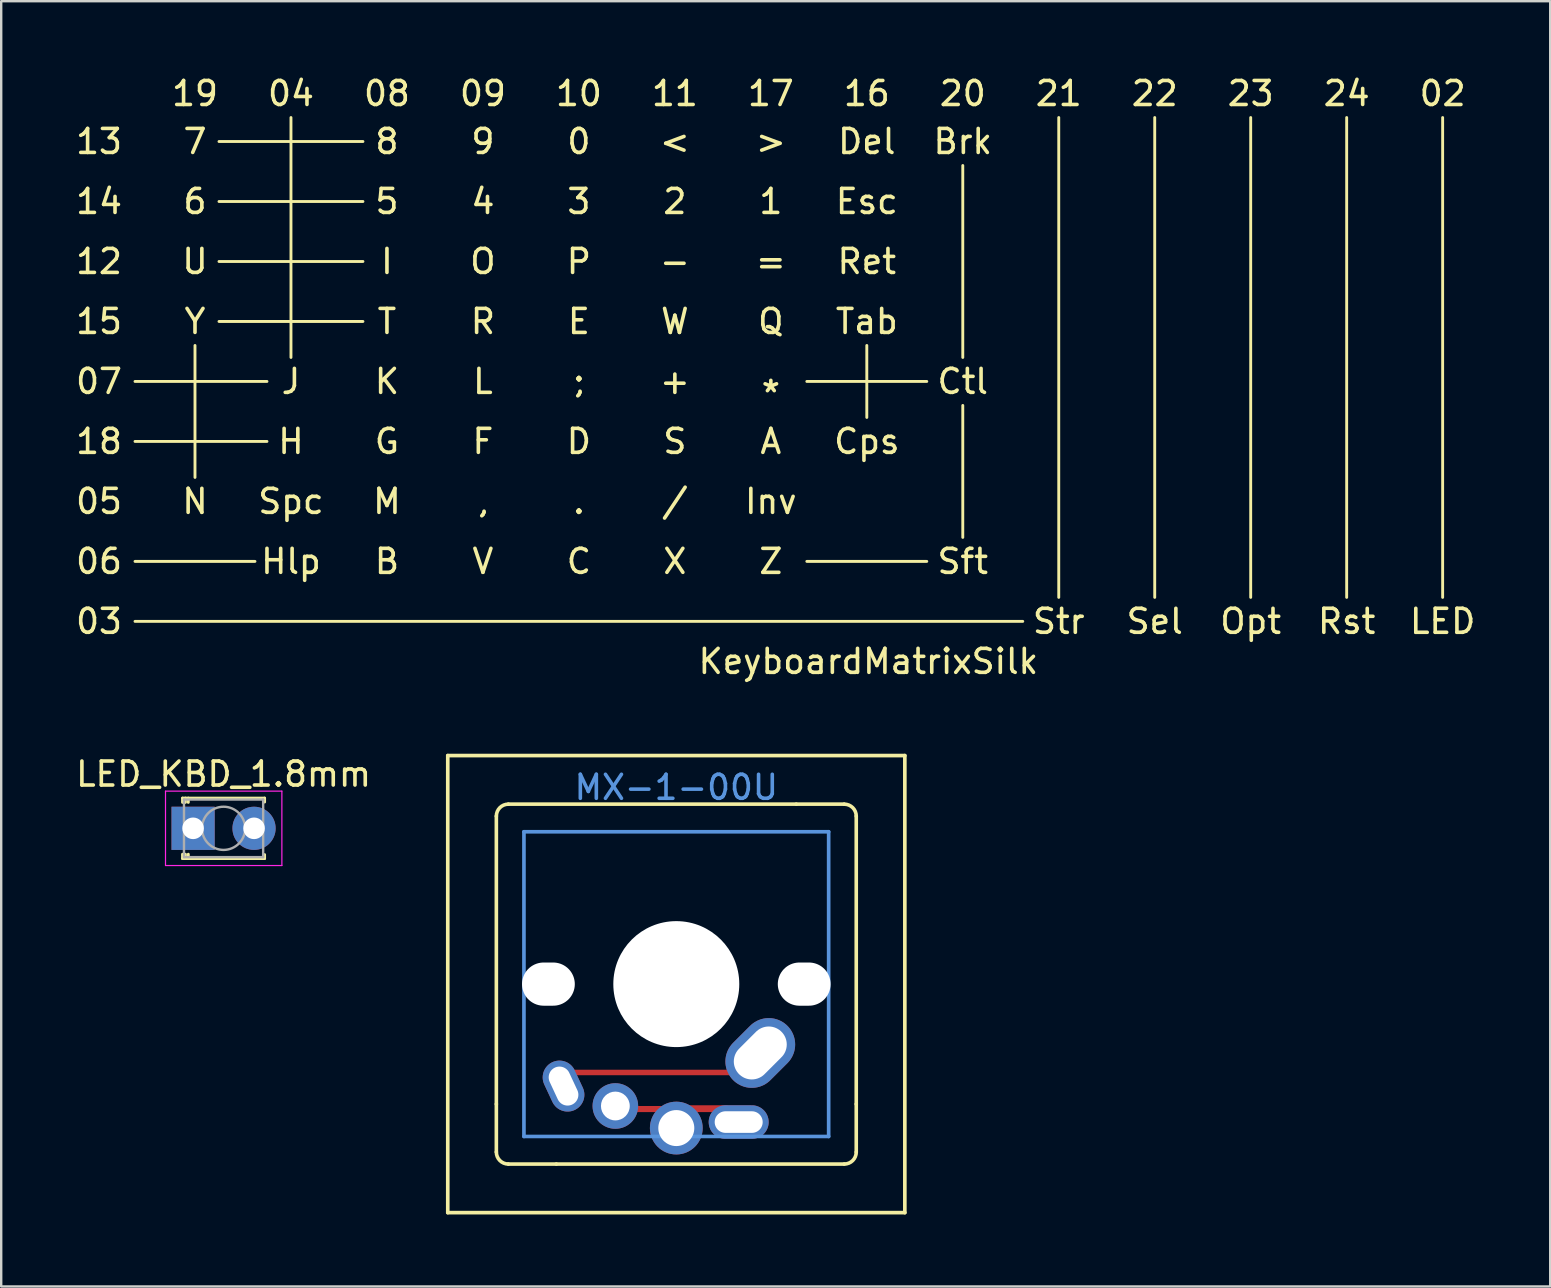
<source format=kicad_pcb>
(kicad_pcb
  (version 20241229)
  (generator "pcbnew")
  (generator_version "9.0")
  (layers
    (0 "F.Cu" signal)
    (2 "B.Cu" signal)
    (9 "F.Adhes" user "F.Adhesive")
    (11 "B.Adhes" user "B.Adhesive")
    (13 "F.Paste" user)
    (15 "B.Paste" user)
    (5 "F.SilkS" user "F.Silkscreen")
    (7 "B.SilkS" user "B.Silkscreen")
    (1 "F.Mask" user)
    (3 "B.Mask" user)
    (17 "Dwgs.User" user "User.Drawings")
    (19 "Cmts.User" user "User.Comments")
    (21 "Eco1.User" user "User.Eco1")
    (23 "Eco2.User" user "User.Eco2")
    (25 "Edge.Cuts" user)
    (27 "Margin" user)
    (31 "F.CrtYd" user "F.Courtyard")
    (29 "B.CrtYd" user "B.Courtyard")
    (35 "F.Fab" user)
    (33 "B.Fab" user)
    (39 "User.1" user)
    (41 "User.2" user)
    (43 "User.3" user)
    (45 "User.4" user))
  (footprint "LED_KBD_1.8mm"
    (layer "F.Cu")
    (at 6.268 31.473)
    (property "Reference" "LED_KBD_1.8mm" (at 0 -2.26 0) (layer "F.SilkS") (effects (font (size 1 1) (thickness 0.15))))
    (attr through_hole)
    (fp_line (start -1.71 -1.26) (end -1.71 -1.08) (stroke (width 0.12) (type solid)) (layer "F.SilkS"))
    (fp_line (start -1.71 -1.26) (end 1.71 -1.26) (stroke (width 0.12) (type solid)) (layer "F.SilkS"))
    (fp_line (start -1.71 1.08) (end -1.71 1.26) (stroke (width 0.12) (type solid)) (layer "F.SilkS"))
    (fp_line (start -1.71 1.26) (end 1.71 1.26) (stroke (width 0.12) (type solid)) (layer "F.SilkS"))
    (fp_line (start -1.59 -1.26) (end -1.59 -1.08) (stroke (width 0.12) (type solid)) (layer "F.SilkS"))
    (fp_line (start -1.59 1.08) (end -1.59 1.26) (stroke (width 0.12) (type solid)) (layer "F.SilkS"))
    (fp_line (start -1.47 -1.26) (end -1.47 -1.08) (stroke (width 0.12) (type solid)) (layer "F.SilkS"))
    (fp_line (start -1.47 1.08) (end -1.47 1.26) (stroke (width 0.12) (type solid)) (layer "F.SilkS"))
    (fp_line (start 1.71 -1.26) (end 1.71 -1.095) (stroke (width 0.12) (type solid)) (layer "F.SilkS"))
    (fp_line (start 1.71 1.095) (end 1.71 1.26) (stroke (width 0.12) (type solid)) (layer "F.SilkS"))
    (fp_line (start -2.42 -1.55) (end -2.42 1.55) (stroke (width 0.05) (type solid)) (layer "F.CrtYd"))
    (fp_line (start -2.42 1.55) (end 2.43 1.55) (stroke (width 0.05) (type solid)) (layer "F.CrtYd"))
    (fp_line (start 2.43 -1.55) (end -2.42 -1.55) (stroke (width 0.05) (type solid)) (layer "F.CrtYd"))
    (fp_line (start 2.43 1.55) (end 2.43 -1.55) (stroke (width 0.05) (type solid)) (layer "F.CrtYd"))
    (fp_line (start -1.65 -1.2) (end -1.65 1.2) (stroke (width 0.1) (type solid)) (layer "F.Fab"))
    (fp_line (start -1.65 1.2) (end 1.65 1.2) (stroke (width 0.1) (type solid)) (layer "F.Fab"))
    (fp_line (start 1.65 -1.2) (end -1.65 -1.2) (stroke (width 0.1) (type solid)) (layer "F.Fab"))
    (fp_line (start 1.65 1.2) (end 1.65 -1.2) (stroke (width 0.1) (type solid)) (layer "F.Fab"))
    (fp_circle (center 0 0) (end 0.9 0) (stroke (width 0.1) (type solid)) (fill no) (layer "F.Fab"))
    (pad "1" thru_hole rect (at -1.27 0) (size 1.8 1.8) (drill 0.9) (layers "*.Cu" "*.Mask"))
    (pad "2" thru_hole circle (at 1.27 0) (size 1.8 1.8) (drill 0.9) (layers "*.Cu" "*.Mask")))
  (footprint "KeyboardMatrixSilk"
    (layer "F.Cu")
    (at 33.077 13.848)
    (property "Reference" "KeyboardMatrixSilk" (at 0.064 10.668 0) (layer "F.SilkS") (effects (font (size 1 1) (thickness 0.15))))
    (attr through_hole)
    (fp_line (start -30.5 -1) (end -25 -1) (stroke (width 0.12) (type solid)) (layer "F.SilkS"))
    (fp_line (start -30.5 1.5) (end -25 1.5) (stroke (width 0.12) (type solid)) (layer "F.SilkS"))
    (fp_line (start -30.5 6.5) (end -25.5 6.5) (stroke (width 0.12) (type solid)) (layer "F.SilkS"))
    (fp_line (start -30.5 9) (end 6.5 9) (stroke (width 0.12) (type solid)) (layer "F.SilkS"))
    (fp_line (start -28 -2.5) (end -28 3) (stroke (width 0.12) (type solid)) (layer "F.SilkS"))
    (fp_line (start -27 -11) (end -21 -11) (stroke (width 0.12) (type solid)) (layer "F.SilkS"))
    (fp_line (start -27 -8.5) (end -21 -8.5) (stroke (width 0.12) (type solid)) (layer "F.SilkS"))
    (fp_line (start -27 -6) (end -21 -6) (stroke (width 0.12) (type solid)) (layer "F.SilkS"))
    (fp_line (start -27 -3.5) (end -21 -3.5) (stroke (width 0.12) (type solid)) (layer "F.SilkS"))
    (fp_line (start -24 -12) (end -24 -2) (stroke (width 0.12) (type solid)) (layer "F.SilkS"))
    (fp_line (start -2.5 -1) (end 2.5 -1) (stroke (width 0.12) (type solid)) (layer "F.SilkS"))
    (fp_line (start -2.5 6.5) (end 2.5 6.5) (stroke (width 0.12) (type solid)) (layer "F.SilkS"))
    (fp_line (start 0 -2.5) (end 0 0.5) (stroke (width 0.12) (type solid)) (layer "F.SilkS"))
    (fp_line (start 4 -10) (end 4 -2) (stroke (width 0.12) (type solid)) (layer "F.SilkS"))
    (fp_line (start 4 0) (end 4 5.5) (stroke (width 0.12) (type solid)) (layer "F.SilkS"))
    (fp_line (start 8 -12) (end 8 8) (stroke (width 0.12) (type solid)) (layer "F.SilkS"))
    (fp_line (start 12 -12) (end 12 8) (stroke (width 0.12) (type solid)) (layer "F.SilkS"))
    (fp_line (start 16 -12) (end 16 8) (stroke (width 0.12) (type solid)) (layer "F.SilkS"))
    (fp_line (start 20 -12) (end 20 8) (stroke (width 0.12) (type solid)) (layer "F.SilkS"))
    (fp_line (start 24 -12) (end 24 8) (stroke (width 0.12) (type solid)) (layer "F.SilkS"))
    (fp_text user "R" (at -16 -3.5 0) (layer "F.SilkS") (effects (font (size 1 1) (thickness 0.15))))
    (fp_text user "Q" (at -4 -3.5 0) (layer "F.SilkS") (effects (font (size 1 1) (thickness 0.15))))
    (fp_text user "Spc" (at -24 4 0) (layer "F.SilkS") (effects (font (size 1 1) (thickness 0.15))))
    (fp_text user "Y" (at -28 -3.5 0) (layer "F.SilkS") (effects (font (size 1 1) (thickness 0.15))))
    (fp_text user "19" (at -28 -13 0) (layer "F.SilkS") (effects (font (size 1 1) (thickness 0.15))))
    (fp_text user "P" (at -12 -6 0) (layer "F.SilkS") (effects (font (size 1 1) (thickness 0.15))))
    (fp_text user "Tab" (at 0 -3.5 0) (layer "F.SilkS") (effects (font (size 1 1) (thickness 0.15))))
    (fp_text user "13" (at -32 -11 0) (layer "F.SilkS") (effects (font (size 1 1) (thickness 0.15))))
    (fp_text user ">" (at -4 -11 0) (layer "F.SilkS") (effects (font (size 1 1) (thickness 0.15))))
    (fp_text user "07" (at -32 -1 0) (layer "F.SilkS") (effects (font (size 1 1) (thickness 0.15))))
    (fp_text user "2" (at -8 -8.5 0) (layer "F.SilkS") (effects (font (size 1 1) (thickness 0.15))))
    (fp_text user "G" (at -20 1.5 0) (layer "F.SilkS") (effects (font (size 1 1) (thickness 0.15))))
    (fp_text user "A" (at -4 1.5 0) (layer "F.SilkS") (effects (font (size 1 1) (thickness 0.15))))
    (fp_text user "24" (at 20 -13 0) (layer "F.SilkS") (effects (font (size 1 1) (thickness 0.15))))
    (fp_text user "Sft" (at 4 6.5 0) (layer "F.SilkS") (effects (font (size 1 1) (thickness 0.15))))
    (fp_text user "LED" (at 24 9 0) (layer "F.SilkS") (effects (font (size 1 1) (thickness 0.15))))
    (fp_text user "03" (at -32 9 0) (layer "F.SilkS") (effects (font (size 1 1) (thickness 0.15))))
    (fp_text user "14" (at -32 -8.5 0) (layer "F.SilkS") (effects (font (size 1 1) (thickness 0.15))))
    (fp_text user "3" (at -12 -8.5 0) (layer "F.SilkS") (effects (font (size 1 1) (thickness 0.15))))
    (fp_text user "C" (at -12 6.5 0) (layer "F.SilkS") (effects (font (size 1 1) (thickness 0.15))))
    (fp_text user "T" (at -20 -3.5 0) (layer "F.SilkS") (effects (font (size 1 1) (thickness 0.15))))
    (fp_text user "B" (at -20 6.5 0) (layer "F.SilkS") (effects (font (size 1 1) (thickness 0.15))))
    (fp_text user "08" (at -20 -13 0) (layer "F.SilkS") (effects (font (size 1 1) (thickness 0.15))))
    (fp_text user "I" (at -20 -6 0) (layer "F.SilkS") (effects (font (size 1 1) (thickness 0.15))))
    (fp_text user "6" (at -28 -8.5 0) (layer "F.SilkS") (effects (font (size 1 1) (thickness 0.15))))
    (fp_text user "S" (at -8 1.5 0) (layer "F.SilkS") (effects (font (size 1 1) (thickness 0.15))))
    (fp_text user "W" (at -8 -3.5 0) (layer "F.SilkS") (effects (font (size 1 1) (thickness 0.15))))
    (fp_text user "+" (at -8 -1 0) (layer "F.SilkS") (effects (font (size 1 1) (thickness 0.15))))
    (fp_text user ";" (at -12 -1 0) (layer "F.SilkS") (effects (font (size 1 1) (thickness 0.15))))
    (fp_text user "15" (at -32 -3.5 0) (layer "F.SilkS") (effects (font (size 1 1) (thickness 0.15))))
    (fp_text user "9" (at -16 -11 0) (layer "F.SilkS") (effects (font (size 1 1) (thickness 0.15))))
    (fp_text user "X" (at -8 6.5 0) (layer "F.SilkS") (effects (font (size 1 1) (thickness 0.15))))
    (fp_text user "8" (at -20 -11 0) (layer "F.SilkS") (effects (font (size 1 1) (thickness 0.15))))
    (fp_text user "05" (at -32 4 0) (layer "F.SilkS") (effects (font (size 1 1) (thickness 0.15))))
    (fp_text user "23" (at 16 -13 0) (layer "F.SilkS") (effects (font (size 1 1) (thickness 0.15))))
    (fp_text user "Opt" (at 16 9 0) (layer "F.SilkS") (effects (font (size 1 1) (thickness 0.15))))
    (fp_text user "F" (at -16 1.5 0) (layer "F.SilkS") (effects (font (size 1 1) (thickness 0.15))))
    (fp_text user "Rst" (at 20 9 0) (layer "F.SilkS") (effects (font (size 1 1) (thickness 0.15))))
    (fp_text user "." (at -12 4 0) (layer "F.SilkS") (effects (font (size 1 1) (thickness 0.15))))
    (fp_text user "J" (at -24 -1 0) (layer "F.SilkS") (effects (font (size 1 1) (thickness 0.15))))
    (fp_text user "D" (at -12 1.5 0) (layer "F.SilkS") (effects (font (size 1 1) (thickness 0.15))))
    (fp_text user "U" (at -28 -6 0) (layer "F.SilkS") (effects (font (size 1 1) (thickness 0.15))))
    (fp_text user "<" (at -8 -11 0) (layer "F.SilkS") (effects (font (size 1 1) (thickness 0.15))))
    (fp_text user "0" (at -12 -11 0) (layer "F.SilkS") (effects (font (size 1 1) (thickness 0.15))))
    (fp_text user "06" (at -32 6.5 0) (layer "F.SilkS") (effects (font (size 1 1) (thickness 0.15))))
    (fp_text user "," (at -16 4 0) (layer "F.SilkS") (effects (font (size 1 1) (thickness 0.15))))
    (fp_text user "L" (at -16 -1 0) (layer "F.SilkS") (effects (font (size 1 1) (thickness 0.15))))
    (fp_text user "04" (at -24 -13 0) (layer "F.SilkS") (effects (font (size 1 1) (thickness 0.15))))
    (fp_text user "18" (at -32 1.5 0) (layer "F.SilkS") (effects (font (size 1 1) (thickness 0.15))))
    (fp_text user "N" (at -28 4 0) (layer "F.SilkS") (effects (font (size 1 1) (thickness 0.15))))
    (fp_text user "*" (at -4 -0.5 0) (layer "F.SilkS") (effects (font (size 1 1) (thickness 0.15))))
    (fp_text user "12" (at -32 -6 0) (layer "F.SilkS") (effects (font (size 1 1) (thickness 0.15))))
    (fp_text user "Inv" (at -4 4 0) (layer "F.SilkS") (effects (font (size 1 1) (thickness 0.15))))
    (fp_text user "7" (at -28 -11 0) (layer "F.SilkS") (effects (font (size 1 1) (thickness 0.15))))
    (fp_text user "E" (at -12 -3.5 0) (layer "F.SilkS") (effects (font (size 1 1) (thickness 0.15))))
    (fp_text user "21" (at 8 -13 0) (layer "F.SilkS") (effects (font (size 1 1) (thickness 0.15))))
    (fp_text user "4" (at -16 -8.5 0) (layer "F.SilkS") (effects (font (size 1 1) (thickness 0.15))))
    (fp_text user "02" (at 24 -13 0) (layer "F.SilkS") (effects (font (size 1 1) (thickness 0.15))))
    (fp_text user "1" (at -4 -8.5 0) (layer "F.SilkS") (effects (font (size 1 1) (thickness 0.15))))
    (fp_text user "Ret" (at 0 -6 0) (layer "F.SilkS") (effects (font (size 1 1) (thickness 0.15))))
    (fp_text user "=" (at -4 -6 0) (layer "F.SilkS") (effects (font (size 1 1) (thickness 0.15))))
    (fp_text user "Del" (at 0 -11 0) (layer "F.SilkS") (effects (font (size 1 1) (thickness 0.15))))
    (fp_text user "16" (at 0 -13 0) (layer "F.SilkS") (effects (font (size 1 1) (thickness 0.15))))
    (fp_text user "/" (at -8 4 0) (layer "F.SilkS") (effects (font (size 1 1) (thickness 0.15))))
    (fp_text user "H" (at -24 1.5 0) (layer "F.SilkS") (effects (font (size 1 1) (thickness 0.15))))
    (fp_text user "Ctl" (at 4 -1 0) (layer "F.SilkS") (effects (font (size 1 1) (thickness 0.15))))
    (fp_text user "Str" (at 8 9 0) (layer "F.SilkS") (effects (font (size 1 1) (thickness 0.15))))
    (fp_text user "Esc" (at 0 -8.5 0) (layer "F.SilkS") (effects (font (size 1 1) (thickness 0.15))))
    (fp_text user "10" (at -12 -13 0) (layer "F.SilkS") (effects (font (size 1 1) (thickness 0.15))))
    (fp_text user "5" (at -20 -8.5 0) (layer "F.SilkS") (effects (font (size 1 1) (thickness 0.15))))
    (fp_text user "17" (at -4 -13 0) (layer "F.SilkS") (effects (font (size 1 1) (thickness 0.15))))
    (fp_text user "V" (at -16 6.5 0) (layer "F.SilkS") (effects (font (size 1 1) (thickness 0.15))))
    (fp_text user "M" (at -20 4 0) (layer "F.SilkS") (effects (font (size 1 1) (thickness 0.15))))
    (fp_text user "11" (at -8 -13 0) (layer "F.SilkS") (effects (font (size 1 1) (thickness 0.15))))
    (fp_text user "Sel" (at 12 9 0) (layer "F.SilkS") (effects (font (size 1 1) (thickness 0.15))))
    (fp_text user "22" (at 12 -13 0) (layer "F.SilkS") (effects (font (size 1 1) (thickness 0.15))))
    (fp_text user "Z" (at -4 6.5 0) (layer "F.SilkS") (effects (font (size 1 1) (thickness 0.15))))
    (fp_text user "Hlp" (at -24 6.5 0) (layer "F.SilkS") (effects (font (size 1 1) (thickness 0.15))))
    (fp_text user "Cps" (at 0 1.5 0) (layer "F.SilkS") (effects (font (size 1 1) (thickness 0.15))))
    (fp_text user "-" (at -8 -6 0) (layer "F.SilkS") (effects (font (size 1 1) (thickness 0.15))))
    (fp_text user "09" (at -16 -13 0) (layer "F.SilkS") (effects (font (size 1 1) (thickness 0.15))))
    (fp_text user "O" (at -16 -6 0) (layer "F.SilkS") (effects (font (size 1 1) (thickness 0.15))))
    (fp_text user "Brk" (at 4 -11 0) (layer "F.SilkS") (effects (font (size 1 1) (thickness 0.15))))
    (fp_text user "20" (at 4 -13 0) (layer "F.SilkS") (effects (font (size 1 1) (thickness 0.15))))
    (fp_text user "K" (at -20 -1 0) (layer "F.SilkS") (effects (font (size 1 1) (thickness 0.15)))))
  (footprint "MX-1-00U"
    (layer "F.Cu")
    (at 25.137 37.966)
    (property "Reference" "MX-1-00U" (at 0 -8.2 0) (layer "Cmts.User") (effects (font (size 1 1) (thickness 0.15))))
    (attr through_hole)
    (fp_line (start -9.525 -9.525) (end 9.525 -9.525) (stroke (width 0.152) (type solid)) (layer "F.SilkS"))
    (fp_line (start -9.525 9.525) (end -9.525 -9.525) (stroke (width 0.152) (type solid)) (layer "F.SilkS"))
    (fp_line (start -7.5 -7) (end -7.5 5) (stroke (width 0.15) (type solid)) (layer "F.SilkS"))
    (fp_line (start -7.5 7) (end -7.5 5) (stroke (width 0.15) (type solid)) (layer "F.SilkS"))
    (fp_line (start -7 -7.5) (end 5 -7.5) (stroke (width 0.15) (type solid)) (layer "F.SilkS"))
    (fp_line (start -7 7.5) (end -5 7.5) (stroke (width 0.15) (type solid)) (layer "F.SilkS"))
    (fp_line (start 7 -7.5) (end 5 -7.5) (stroke (width 0.15) (type solid)) (layer "F.SilkS"))
    (fp_line (start 7 7.5) (end -5 7.5) (stroke (width 0.15) (type solid)) (layer "F.SilkS"))
    (fp_line (start 7.5 -7) (end 7.5 5) (stroke (width 0.15) (type solid)) (layer "F.SilkS"))
    (fp_line (start 7.5 7) (end 7.5 5) (stroke (width 0.15) (type solid)) (layer "F.SilkS"))
    (fp_line (start 9.525 -9.525) (end 9.525 9.525) (stroke (width 0.152) (type solid)) (layer "F.SilkS"))
    (fp_line (start 9.525 9.525) (end -9.525 9.525) (stroke (width 0.152) (type solid)) (layer "F.SilkS"))
    (fp_arc (start -7.5 -7) (mid -7.353553 -7.353553) (end -7 -7.5) (stroke (width 0.15) (type solid)) (layer "F.SilkS"))
    (fp_arc (start -7 7.5) (mid -7.353553 7.353553) (end -7.5 7) (stroke (width 0.15) (type solid)) (layer "F.SilkS"))
    (fp_arc (start 7 -7.5) (mid 7.353553 -7.353553) (end 7.5 -7) (stroke (width 0.15) (type solid)) (layer "F.SilkS"))
    (fp_arc (start 7.5 7) (mid 7.353553 7.353553) (end 7 7.5) (stroke (width 0.15) (type solid)) (layer "F.SilkS"))
    (fp_line (start -6.35 -6.35) (end 6.35 -6.35) (stroke (width 0.152) (type solid)) (layer "Cmts.User"))
    (fp_line (start -6.35 6.35) (end -6.35 -6.35) (stroke (width 0.152) (type solid)) (layer "Cmts.User"))
    (fp_line (start 6.35 -6.35) (end 6.35 6.35) (stroke (width 0.152) (type solid)) (layer "Cmts.User"))
    (fp_line (start 6.35 6.35) (end -6.35 6.35) (stroke (width 0.152) (type solid)) (layer "Cmts.User"))
    (fp_line (start -7.798 -6.005) (end -6.985 -6.005) (stroke (width 0.152) (type solid)) (layer "Eco2.User"))
    (fp_line (start -7.798 -2.504) (end -7.798 -6.005) (stroke (width 0.152) (type solid)) (layer "Eco2.User"))
    (fp_line (start -7.798 2.504) (end -6.985 2.504) (stroke (width 0.152) (type solid)) (layer "Eco2.User"))
    (fp_line (start -7.798 6.005) (end -7.798 2.504) (stroke (width 0.152) (type solid)) (layer "Eco2.User"))
    (fp_line (start -6.985 -6.985) (end 6.985 -6.985) (stroke (width 0.152) (type solid)) (layer "Eco2.User"))
    (fp_line (start -6.985 -6.005) (end -6.985 -6.985) (stroke (width 0.152) (type solid)) (layer "Eco2.User"))
    (fp_line (start -6.985 -2.504) (end -7.798 -2.504) (stroke (width 0.152) (type solid)) (layer "Eco2.User"))
    (fp_line (start -6.985 2.504) (end -6.985 -2.504) (stroke (width 0.152) (type solid)) (layer "Eco2.User"))
    (fp_line (start -6.985 6.005) (end -7.798 6.005) (stroke (width 0.152) (type solid)) (layer "Eco2.User"))
    (fp_line (start -6.985 6.985) (end -6.985 6.005) (stroke (width 0.152) (type solid)) (layer "Eco2.User"))
    (fp_line (start 6.985 -6.985) (end 6.985 -6.005) (stroke (width 0.152) (type solid)) (layer "Eco2.User"))
    (fp_line (start 6.985 -6.005) (end 7.798 -6.005) (stroke (width 0.152) (type solid)) (layer "Eco2.User"))
    (fp_line (start 6.985 -2.504) (end 6.985 2.504) (stroke (width 0.152) (type solid)) (layer "Eco2.User"))
    (fp_line (start 6.985 2.504) (end 7.798 2.504) (stroke (width 0.152) (type solid)) (layer "Eco2.User"))
    (fp_line (start 6.985 6.005) (end 6.985 6.985) (stroke (width 0.152) (type solid)) (layer "Eco2.User"))
    (fp_line (start 6.985 6.985) (end -6.985 6.985) (stroke (width 0.152) (type solid)) (layer "Eco2.User"))
    (fp_line (start 7.798 -6.005) (end 7.798 -2.504) (stroke (width 0.152) (type solid)) (layer "Eco2.User"))
    (fp_line (start 7.798 -2.504) (end 6.985 -2.504) (stroke (width 0.152) (type solid)) (layer "Eco2.User"))
    (fp_line (start 7.798 2.504) (end 7.798 6.005) (stroke (width 0.152) (type solid)) (layer "Eco2.User"))
    (fp_line (start 7.798 6.005) (end 6.985 6.005) (stroke (width 0.152) (type solid)) (layer "Eco2.User"))
    (pad "" np_thru_hole oval (at -5.33 0 270) (size 1.8 2.2) (drill oval 1.8 2.2) (layers "*.Cu" "*.Mask"))
    (pad "" np_thru_hole circle (at 0 0 180) (size 5.25 5.25) (drill 5.25) (layers "*.Cu" "*.Mask"))
    (pad "" np_thru_hole oval (at 5.33 0 270) (size 1.8 2.2) (drill oval 1.8 2.2) (layers "*.Cu" "*.Mask"))
    (pad "1" thru_hole oval (at -4.7 4.25 205) (size 1.4 2.2) (drill oval 0.9 1.7) (layers "*.Cu" "*.Mask"))
    (pad "1" smd rect (at -1.219 3.683 270) (size 0.229 6.833) (layers "F.Cu" "F.Mask" "F.Paste"))
    (pad "1" thru_hole oval (at 3.5 2.87 225) (size 3.2 2.2) (drill oval 2.5 1.5) (layers "*.Cu" "*.Mask"))
    (pad "2" thru_hole circle (at -2.54 5.08 90) (size 1.9 1.9) (drill 1.2) (layers "*.Cu" "*.Mask"))
    (pad "2" smd rect (at -1.27 5.207 270) (size 0.254 1.312) (layers "F.Cu" "F.Mask" "F.Paste"))
    (pad "2" thru_hole circle (at 0 6 90) (size 2.2 2.2) (drill 1.5) (layers "*.Cu" "*.Mask"))
    (pad "2" smd rect (at 1.26 5.192 270) (size 0.284 1.758) (layers "F.Cu" "F.Mask" "F.Paste"))
    (pad "2" thru_hole oval (at 2.6 5.75 270) (size 1.4 2.5) (drill oval 0.9 2) (layers "*.Cu" "*.Mask")))
  (gr_rect
    (start -3 -3)
    (end 61.56 50.567)
    (stroke (width 0.1) (type default))
    (fill no)
    (layer "Edge.Cuts")))
</source>
